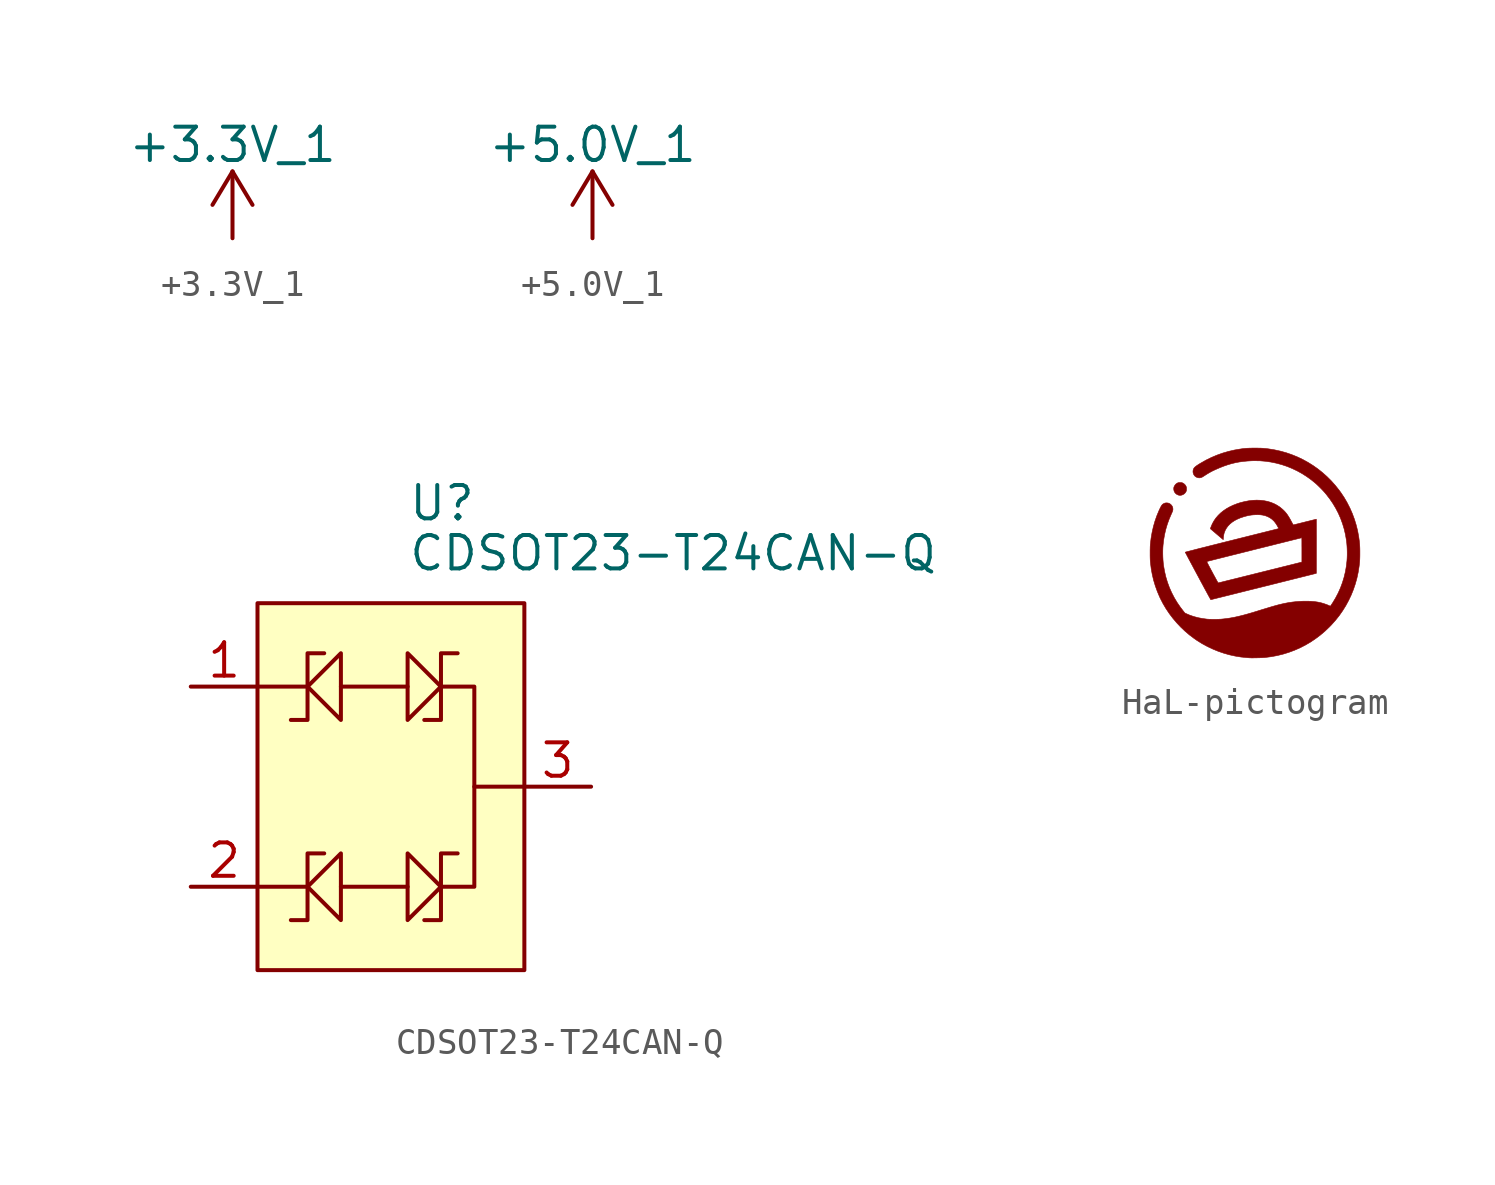
<source format=kicad_sym>
(kicad_symbol_lib
  (version 20220914)
  (generator kicad_symbol_editor)
  (symbol "+3.3V_1"
    (power)
    (pin_names
      (offset 0))
    (property "Reference" "#PWR"
      (at 0 -3.81 0)
      (effects (font (size 1.27 1.27)) hide))
    (property "Value" "+3.3V_1"
      (at 0 3.556 0)
      (effects (font (size 1.27 1.27))))
    (symbol "+3.3V_1_0_1"
      (polyline (pts (xy -0.762 1.27) (xy 0 2.54)) (stroke (width 0) (type default)) (fill (type none)))
      (polyline (pts (xy 0 0) (xy 0 2.54)) (stroke (width 0) (type default)) (fill (type none)))
      (polyline (pts (xy 0 2.54) (xy 0.762 1.27)) (stroke (width 0) (type default)) (fill (type none))))
    (symbol "+3.3V_1_1_1"
      (pin power_in line (at 0 0 90) (length 0) hide (name "+3.3V_1" (effects (font (size 1.27 1.27)))) (number "1" (effects (font (size 1.27 1.27)))))))
  (symbol "+5.0V_1"
    (power)
    (pin_names
      (offset 0))
    (property "Reference" "#PWR"
      (at 0 -3.81 0)
      (effects (font (size 1.27 1.27)) hide))
    (property "Value" "+5.0V_1"
      (at 0 3.556 0)
      (effects (font (size 1.27 1.27))))
    (symbol "+5.0V_1_0_1"
      (polyline (pts (xy -0.762 1.27) (xy 0 2.54)) (stroke (width 0) (type default)) (fill (type none)))
      (polyline (pts (xy 0 0) (xy 0 2.54)) (stroke (width 0) (type default)) (fill (type none)))
      (polyline (pts (xy 0 2.54) (xy 0.762 1.27)) (stroke (width 0) (type default)) (fill (type none))))
    (symbol "+5.0V_1_1_1"
      (pin power_in line (at 0 0 90) (length 0) hide (name "+5.0V_1" (effects (font (size 1.27 1.27)))) (number "1" (effects (font (size 1.27 1.27)))))))
  (symbol "CDSOT23-T24CAN-Q"
    (pin_names
      (offset 1.016))
    (property "Reference" "U"
      (at 0.635 10.795 0)
      (effects (font (size 1.27 1.27)) (justify left)))
    (property "Value" "CDSOT23-T24CAN-Q"
      (at 0.635 8.89 0)
      (effects (font (size 1.27 1.27)) (justify left)))
    (symbol "CDSOT23-T24CAN-Q_0_1"
      (rectangle (start -5.08 6.985) (end 5.08 -6.985) (stroke (width 0) (type solid)) (fill (type background)))
      (polyline (pts (xy -3.175 -3.81) (xy -5.08 -3.81)) (stroke (width 0) (type solid)) (fill (type none)))
      (polyline (pts (xy -3.175 3.81) (xy -5.08 3.81)) (stroke (width 0) (type solid)) (fill (type none)))
      (polyline (pts (xy -1.905 -3.81) (xy 0.635 -3.81)) (stroke (width 0) (type solid)) (fill (type none)))
      (polyline (pts (xy -1.905 3.81) (xy 0.635 3.81)) (stroke (width 0) (type solid)) (fill (type none)))
      (polyline (pts (xy 1.905 -3.81) (xy 3.175 -3.81) (xy 3.175 0)) (stroke (width 0) (type solid)) (fill (type none)))
      (polyline (pts (xy -2.54 -2.54) (xy -3.175 -2.54) (xy -3.175 -5.08) (xy -3.81 -5.08)) (stroke (width 0) (type solid)) (fill (type none)))
      (polyline (pts (xy -1.905 -2.54) (xy -3.175 -3.81) (xy -1.905 -5.08) (xy -1.905 -2.54)) (stroke (width 0) (type solid)) (fill (type none)))
      (polyline (pts (xy 1.905 3.81) (xy 3.175 3.81) (xy 3.175 0) (xy 5.08 0)) (stroke (width 0) (type solid)) (fill (type none))))
    (symbol "CDSOT23-T24CAN-Q_1_1"
      (polyline (pts (xy -2.54 5.08) (xy -3.175 5.08) (xy -3.175 2.54) (xy -3.81 2.54)) (stroke (width 0) (type solid)) (fill (type none)))
      (polyline (pts (xy -1.905 5.08) (xy -3.175 3.81) (xy -1.905 2.54) (xy -1.905 5.08)) (stroke (width 0) (type solid)) (fill (type none)))
      (polyline (pts (xy 0.635 -5.08) (xy 1.905 -3.81) (xy 0.635 -2.54) (xy 0.635 -5.08)) (stroke (width 0) (type solid)) (fill (type none)))
      (polyline (pts (xy 0.635 2.54) (xy 1.905 3.81) (xy 0.635 5.08) (xy 0.635 2.54)) (stroke (width 0) (type solid)) (fill (type none)))
      (polyline (pts (xy 1.27 -5.08) (xy 1.905 -5.08) (xy 1.905 -2.54) (xy 2.54 -2.54)) (stroke (width 0) (type solid)) (fill (type none)))
      (polyline (pts (xy 1.27 2.54) (xy 1.905 2.54) (xy 1.905 5.08) (xy 2.54 5.08)) (stroke (width 0) (type solid)) (fill (type none)))
      (pin input line (at -7.62 3.81 0) (length 2.54) (name "~" (effects (font (size 1.27 1.27)))) (number "1" (effects (font (size 1.27 1.27)))))
      (pin input line (at -7.62 -3.81 0) (length 2.54) (name "~" (effects (font (size 1.27 1.27)))) (number "2" (effects (font (size 1.27 1.27)))))
      (pin output line (at 7.62 0 180) (length 2.54) (name "~" (effects (font (size 1.27 1.27)))) (number "3" (effects (font (size 1.27 1.27)))))))
  (symbol "HaL-pictogram"
    (pin_names
      (offset 1.016))
    (property "Reference" "#G"
      (at 0 3.365 0)
      (effects (font (size 1.27 1.27)) hide))
    (symbol "HaL-pictogram_0_0"
      (polyline (pts (xy -2.787 2.206) (xy -2.738 2.226) (xy -2.693 2.256) (xy -2.656 2.294) (xy -2.627 2.34) (xy -2.625 2.345) (xy -2.617 2.365) (xy -2.613 2.384) (xy -2.611 2.408) (xy -2.61 2.44) (xy -2.61 2.453) (xy -2.611 2.482) (xy -2.614 2.503) (xy -2.62 2.522) (xy -2.629 2.544) (xy -2.634 2.553) (xy -2.664 2.598) (xy -2.704 2.636) (xy -2.75 2.665) (xy -2.759 2.669) (xy -2.779 2.676) (xy -2.798 2.681) (xy -2.821 2.683) (xy -2.853 2.683) (xy -2.862 2.683) (xy -2.892 2.683) (xy -2.914 2.68) (xy -2.933 2.675) (xy -2.953 2.666) (xy -2.964 2.661) (xy -3.009 2.63) (xy -3.046 2.589) (xy -3.075 2.542) (xy -3.085 2.518) (xy -3.092 2.497) (xy -3.095 2.474) (xy -3.096 2.443) (xy -3.094 2.412) (xy -3.084 2.362) (xy -3.064 2.318) (xy -3.033 2.277) (xy -2.999 2.246) (xy -2.951 2.218) (xy -2.9 2.2) (xy -2.892 2.199) (xy -2.839 2.196) (xy -2.787 2.206)) (stroke (width 0.01) (type default)) (fill (type outline)))
      (polyline (pts (xy -1.682 -1.779) (xy -1.67 -1.776) (xy -1.645 -1.77) (xy -1.608 -1.761) (xy -1.56 -1.749) (xy -1.502 -1.735) (xy -1.433 -1.717) (xy -1.354 -1.698) (xy -1.266 -1.676) (xy -1.17 -1.652) (xy -1.065 -1.626) (xy -0.952 -1.598) (xy -0.832 -1.568) (xy -0.705 -1.536) (xy -0.572 -1.503) (xy -0.434 -1.468) (xy -0.289 -1.432) (xy -0.141 -1.395) (xy 0.013 -1.357) (xy 0.17 -1.318) (xy 0.33 -1.278) (xy 2.337 -0.776) (xy 2.338 0.255) (xy 2.338 0.308) (xy 2.338 0.423) (xy 2.339 0.533) (xy 2.339 0.639) (xy 2.338 0.74) (xy 2.338 0.834) (xy 2.338 0.921) (xy 2.338 1.001) (xy 2.338 1.073) (xy 2.337 1.135) (xy 2.337 1.188) (xy 2.337 1.23) (xy 2.336 1.261) (xy 2.336 1.28) (xy 2.335 1.286) (xy 2.333 1.286) (xy 2.319 1.283) (xy 2.294 1.277) (xy 2.259 1.268) (xy 2.215 1.257) (xy 2.162 1.244) (xy 2.103 1.229) (xy 2.038 1.213) (xy 1.967 1.196) (xy 1.893 1.177) (xy 1.853 1.167) (xy 1.781 1.149) (xy 1.714 1.132) (xy 1.652 1.117) (xy 1.596 1.103) (xy 1.549 1.091) (xy 1.51 1.082) (xy 1.481 1.075) (xy 1.463 1.07) (xy 1.456 1.069) (xy 1.455 1.072) (xy 1.448 1.085) (xy 1.436 1.106) (xy 1.42 1.136) (xy 1.401 1.171) (xy 1.38 1.21) (xy 1.35 1.266) (xy 1.309 1.338) (xy 1.27 1.401) (xy 1.234 1.457) (xy 1.197 1.507) (xy 1.159 1.553) (xy 1.119 1.597) (xy 1.075 1.64) (xy 1.046 1.667) (xy 0.947 1.749) (xy 0.839 1.819) (xy 0.725 1.879) (xy 0.604 1.928) (xy 0.476 1.966) (xy 0.343 1.992) (xy 0.204 2.008) (xy 0.061 2.013) (xy -0.088 2.006) (xy -0.24 1.988) (xy -0.397 1.958) (xy -0.557 1.918) (xy -0.679 1.879) (xy -0.824 1.823) (xy -0.96 1.759) (xy -1.087 1.688) (xy -1.203 1.609) (xy -1.31 1.523) (xy -1.405 1.43) (xy -1.49 1.331) (xy -1.563 1.225) (xy -1.626 1.112) (xy -1.676 0.994) (xy -1.684 0.972) (xy -1.692 0.948) (xy -1.696 0.932) (xy -1.696 0.922) (xy -1.692 0.917) (xy -1.687 0.912) (xy -1.672 0.899) (xy -1.649 0.879) (xy -1.618 0.853) (xy -1.582 0.822) (xy -1.54 0.787) (xy -1.495 0.748) (xy -1.447 0.707) (xy -1.21 0.506) (xy -1.208 0.538) (xy -1.208 0.544) (xy -1.204 0.599) (xy -1.196 0.655) (xy -1.187 0.708) (xy -1.176 0.753) (xy -1.169 0.775) (xy -1.133 0.866) (xy -1.084 0.952) (xy -1.024 1.032) (xy -0.952 1.106) (xy -0.869 1.174) (xy -0.774 1.236) (xy -0.668 1.291) (xy -0.551 1.34) (xy -0.423 1.382) (xy -0.363 1.399) (xy -0.279 1.42) (xy -0.201 1.436) (xy -0.125 1.447) (xy -0.045 1.454) (xy 0.04 1.458) (xy 0.111 1.459) (xy 0.2 1.455) (xy 0.281 1.445) (xy 0.356 1.429) (xy 0.427 1.407) (xy 0.497 1.377) (xy 0.544 1.353) (xy 0.597 1.321) (xy 0.647 1.284) (xy 0.699 1.237) (xy 0.726 1.21) (xy 0.775 1.149) (xy 0.824 1.077) (xy 0.872 0.993) (xy 0.906 0.929) (xy -0.877 0.483) (xy -0.96 0.462) (xy -1.145 0.416) (xy -1.321 0.372) (xy -1.487 0.33) (xy -1.643 0.291) (xy -1.788 0.254) (xy -1.923 0.22) (xy -2.047 0.189) (xy -2.161 0.16) (xy -2.263 0.134) (xy -2.354 0.11) (xy -2.434 0.09) (xy -2.502 0.072) (xy -2.558 0.058) (xy -2.602 0.046) (xy -2.633 0.037) (xy -2.652 0.032) (xy -2.659 0.029) (xy -2.658 0.028) (xy -2.652 0.017) (xy -2.641 -0.004) (xy -2.624 -0.036) (xy -2.602 -0.078) (xy -2.575 -0.129) (xy -2.544 -0.187) (xy -2.509 -0.254) (xy -2.469 -0.327) (xy -2.469 -0.328) (xy -1.835 -0.328) (xy -1.834 -0.325) (xy -1.829 -0.324) (xy -1.812 -0.319) (xy -1.783 -0.312) (xy -1.743 -0.302) (xy -1.692 -0.289) (xy -1.632 -0.274) (xy -1.562 -0.256) (xy -1.484 -0.236) (xy -1.397 -0.215) (xy -1.304 -0.191) (xy -1.204 -0.166) (xy -1.097 -0.139) (xy -0.985 -0.111) (xy -0.869 -0.082) (xy -0.748 -0.052) (xy -0.623 -0.021) (xy -0.496 0.011) (xy -0.366 0.044) (xy -0.235 0.076) (xy -0.103 0.11) (xy 0.029 0.143) (xy 0.162 0.176) (xy 0.293 0.209) (xy 0.423 0.241) (xy 0.551 0.273) (xy 0.676 0.304) (xy 0.797 0.335) (xy 0.915 0.364) (xy 1.027 0.392) (xy 1.135 0.419) (xy 1.236 0.444) (xy 1.331 0.468) (xy 1.419 0.49) (xy 1.498 0.51) (xy 1.57 0.527) (xy 1.632 0.543) (xy 1.684 0.556) (xy 1.726 0.566) (xy 1.757 0.574) (xy 1.776 0.579) (xy 1.783 0.58) (xy 1.784 0.577) (xy 1.784 0.562) (xy 1.785 0.535) (xy 1.785 0.498) (xy 1.786 0.452) (xy 1.786 0.398) (xy 1.786 0.336) (xy 1.786 0.267) (xy 1.787 0.194) (xy 1.787 0.117) (xy 1.787 -0.346) (xy 1.762 -0.353) (xy 1.762 -0.353) (xy 1.752 -0.355) (xy 1.731 -0.361) (xy 1.697 -0.369) (xy 1.653 -0.38) (xy 1.598 -0.394) (xy 1.532 -0.41) (xy 1.458 -0.429) (xy 1.374 -0.45) (xy 1.282 -0.473) (xy 1.182 -0.498) (xy 1.075 -0.524) (xy 0.961 -0.553) (xy 0.841 -0.583) (xy 0.716 -0.614) (xy 0.586 -0.646) (xy 0.451 -0.68) (xy 0.313 -0.714) (xy 0.171 -0.75) (xy 0.161 -0.752) (xy 0.02 -0.787) (xy -0.118 -0.822) (xy -0.252 -0.855) (xy -0.381 -0.887) (xy -0.505 -0.918) (xy -0.624 -0.948) (xy -0.737 -0.976) (xy -0.842 -1.002) (xy -0.94 -1.026) (xy -1.031 -1.048) (xy -1.113 -1.069) (xy -1.186 -1.087) (xy -1.249 -1.103) (xy -1.302 -1.116) (xy -1.345 -1.126) (xy -1.376 -1.134) (xy -1.395 -1.138) (xy -1.403 -1.14) (xy -1.405 -1.138) (xy -1.413 -1.125) (xy -1.426 -1.102) (xy -1.444 -1.07) (xy -1.467 -1.029) (xy -1.494 -0.981) (xy -1.523 -0.927) (xy -1.556 -0.867) (xy -1.591 -0.803) (xy -1.627 -0.735) (xy -1.646 -0.699) (xy -1.687 -0.623) (xy -1.722 -0.557) (xy -1.751 -0.502) (xy -1.776 -0.455) (xy -1.795 -0.417) (xy -1.81 -0.387) (xy -1.822 -0.363) (xy -1.829 -0.346) (xy -1.833 -0.335) (xy -1.835 -0.328) (xy -2.469 -0.328) (xy -2.427 -0.407) (xy -2.381 -0.492) (xy -2.333 -0.583) (xy -2.282 -0.678) (xy -2.229 -0.777) (xy -2.174 -0.879) (xy -2.153 -0.918) (xy -2.099 -1.019) (xy -2.047 -1.116) (xy -1.996 -1.21) (xy -1.949 -1.298) (xy -1.904 -1.381) (xy -1.862 -1.458) (xy -1.824 -1.528) (xy -1.79 -1.591) (xy -1.76 -1.646) (xy -1.734 -1.692) (xy -1.713 -1.73) (xy -1.698 -1.757) (xy -1.688 -1.774) (xy -1.684 -1.78) (xy -1.682 -1.779)) (stroke (width 0.01) (type default)) (fill (type outline)))
      (polyline (pts (xy -0.084 -3.998) (xy -0.033 -3.997) (xy 0.023 -3.997) (xy 0.081 -3.995) (xy 0.139 -3.994) (xy 0.196 -3.992) (xy 0.249 -3.99) (xy 0.295 -3.988) (xy 0.334 -3.986) (xy 0.363 -3.984) (xy 0.391 -3.981) (xy 0.623 -3.951) (xy 0.852 -3.908) (xy 1.075 -3.853) (xy 1.294 -3.785) (xy 1.508 -3.705) (xy 1.716 -3.614) (xy 1.918 -3.51) (xy 2.115 -3.395) (xy 2.304 -3.268) (xy 2.488 -3.13) (xy 2.664 -2.981) (xy 2.833 -2.82) (xy 2.912 -2.739) (xy 3.065 -2.567) (xy 3.208 -2.388) (xy 3.339 -2.201) (xy 3.459 -2.008) (xy 3.567 -1.809) (xy 3.664 -1.605) (xy 3.749 -1.395) (xy 3.822 -1.18) (xy 3.883 -0.962) (xy 3.931 -0.739) (xy 3.966 -0.514) (xy 3.967 -0.506) (xy 3.975 -0.439) (xy 3.982 -0.379) (xy 3.987 -0.322) (xy 3.991 -0.267) (xy 3.993 -0.21) (xy 3.995 -0.149) (xy 3.996 -0.08) (xy 3.996 0) (xy 3.996 0.009) (xy 3.996 0.088) (xy 3.995 0.156) (xy 3.993 0.217) (xy 3.99 0.273) (xy 3.987 0.328) (xy 3.981 0.385) (xy 3.975 0.446) (xy 3.966 0.514) (xy 3.95 0.628) (xy 3.909 0.851) (xy 3.854 1.071) (xy 3.787 1.288) (xy 3.708 1.501) (xy 3.617 1.709) (xy 3.514 1.911) (xy 3.4 2.108) (xy 3.274 2.297) (xy 3.198 2.401) (xy 3.054 2.581) (xy 2.901 2.752) (xy 2.739 2.913) (xy 2.569 3.064) (xy 2.392 3.205) (xy 2.207 3.335) (xy 2.016 3.454) (xy 1.818 3.563) (xy 1.614 3.66) (xy 1.404 3.745) (xy 1.19 3.819) (xy 0.971 3.88) (xy 0.747 3.929) (xy 0.52 3.966) (xy 0.502 3.968) (xy 0.438 3.976) (xy 0.38 3.982) (xy 0.324 3.987) (xy 0.268 3.991) (xy 0.209 3.994) (xy 0.145 3.995) (xy 0.073 3.996) (xy -0.01 3.996) (xy -0.026 3.996) (xy -0.11 3.996) (xy -0.183 3.994) (xy -0.249 3.992) (xy -0.31 3.989) (xy -0.37 3.984) (xy -0.432 3.978) (xy -0.497 3.97) (xy -0.569 3.959) (xy -0.788 3.922) (xy -1.011 3.87) (xy -1.231 3.806) (xy -1.447 3.729) (xy -1.658 3.64) (xy -1.864 3.539) (xy -2.063 3.426) (xy -2.124 3.39) (xy -2.18 3.354) (xy -2.226 3.323) (xy -2.263 3.295) (xy -2.293 3.269) (xy -2.316 3.244) (xy -2.333 3.22) (xy -2.345 3.195) (xy -2.354 3.168) (xy -2.36 3.138) (xy -2.363 3.107) (xy -2.358 3.052) (xy -2.34 2.999) (xy -2.309 2.949) (xy -2.282 2.921) (xy -2.244 2.895) (xy -2.2 2.875) (xy -2.154 2.864) (xy -2.11 2.862) (xy -2.084 2.866) (xy -2.058 2.872) (xy -2.032 2.881) (xy -2.003 2.895) (xy -1.969 2.916) (xy -1.927 2.943) (xy -1.899 2.961) (xy -1.814 3.015) (xy -1.732 3.063) (xy -1.651 3.108) (xy -1.565 3.15) (xy -1.47 3.193) (xy -1.338 3.25) (xy -1.185 3.31) (xy -1.036 3.361) (xy -0.89 3.404) (xy -0.745 3.439) (xy -0.598 3.467) (xy -0.447 3.488) (xy -0.289 3.503) (xy -0.123 3.513) (xy -0.014 3.515) (xy 0.197 3.511) (xy 0.407 3.493) (xy 0.615 3.462) (xy 0.821 3.419) (xy 1.024 3.364) (xy 1.224 3.297) (xy 1.419 3.217) (xy 1.609 3.126) (xy 1.794 3.024) (xy 1.973 2.91) (xy 2.145 2.786) (xy 2.31 2.651) (xy 2.321 2.642) (xy 2.365 2.601) (xy 2.414 2.554) (xy 2.466 2.503) (xy 2.519 2.45) (xy 2.569 2.398) (xy 2.615 2.349) (xy 2.652 2.307) (xy 2.709 2.24) (xy 2.843 2.067) (xy 2.966 1.888) (xy 3.076 1.704) (xy 3.175 1.514) (xy 3.261 1.318) (xy 3.335 1.117) (xy 3.397 0.911) (xy 3.446 0.7) (xy 3.483 0.483) (xy 3.484 0.475) (xy 3.496 0.375) (xy 3.505 0.265) (xy 3.511 0.15) (xy 3.514 0.033) (xy 3.514 -0.082) (xy 3.51 -0.192) (xy 3.504 -0.293) (xy 3.48 -0.503) (xy 3.443 -0.717) (xy 3.393 -0.925) (xy 3.331 -1.129) (xy 3.257 -1.328) (xy 3.17 -1.523) (xy 3.07 -1.714) (xy 2.958 -1.901) (xy 2.947 -1.917) (xy 2.926 -1.948) (xy 2.908 -1.976) (xy 2.894 -1.997) (xy 2.885 -2.009) (xy 2.87 -2.027) (xy 2.807 -1.998) (xy 2.803 -1.996) (xy 2.763 -1.979) (xy 2.714 -1.96) (xy 2.659 -1.941) (xy 2.604 -1.923) (xy 2.551 -1.907) (xy 2.503 -1.894) (xy 2.498 -1.893) (xy 2.388 -1.87) (xy 2.268 -1.853) (xy 2.139 -1.842) (xy 2.003 -1.837) (xy 1.861 -1.837) (xy 1.716 -1.843) (xy 1.567 -1.854) (xy 1.418 -1.871) (xy 1.27 -1.893) (xy 1.123 -1.921) (xy 1.104 -1.925) (xy 1.052 -1.937) (xy 0.999 -1.949) (xy 0.946 -1.962) (xy 0.89 -1.976) (xy 0.831 -1.991) (xy 0.768 -2.009) (xy 0.7 -2.028) (xy 0.625 -2.05) (xy 0.543 -2.074) (xy 0.453 -2.102) (xy 0.353 -2.132) (xy 0.242 -2.166) (xy 0.12 -2.204) (xy -0.007 -2.243) (xy -0.157 -2.288) (xy -0.296 -2.328) (xy -0.427 -2.364) (xy -0.549 -2.395) (xy -0.666 -2.423) (xy -0.776 -2.447) (xy -0.883 -2.467) (xy -0.986 -2.485) (xy -1.088 -2.499) (xy -1.189 -2.511) (xy -1.29 -2.521) (xy -1.32 -2.523) (xy -1.371 -2.525) (xy -1.429 -2.527) (xy -1.491 -2.528) (xy -1.556 -2.528) (xy -1.621 -2.528) (xy -1.682 -2.527) (xy -1.738 -2.526) (xy -1.786 -2.523) (xy -1.823 -2.521) (xy -1.996 -2.498) (xy -2.164 -2.466) (xy -2.324 -2.424) (xy -2.474 -2.374) (xy -2.615 -2.314) (xy -2.673 -2.286) (xy -2.748 -2.191) (xy -2.843 -2.067) (xy -2.966 -1.888) (xy -3.076 -1.704) (xy -3.175 -1.513) (xy -3.261 -1.318) (xy -3.335 -1.117) (xy -3.397 -0.911) (xy -3.446 -0.699) (xy -3.483 -0.483) (xy -3.484 -0.479) (xy -3.496 -0.378) (xy -3.505 -0.267) (xy -3.511 -0.15) (xy -3.514 -0.032) (xy -3.514 0.084) (xy -3.51 0.195) (xy -3.503 0.297) (xy -3.482 0.483) (xy -3.447 0.691) (xy -3.4 0.895) (xy -3.341 1.095) (xy -3.269 1.294) (xy -3.184 1.492) (xy -3.17 1.522) (xy -3.153 1.562) (xy -3.14 1.594) (xy -3.133 1.621) (xy -3.128 1.645) (xy -3.127 1.668) (xy -3.129 1.693) (xy -3.131 1.715) (xy -3.144 1.76) (xy -3.167 1.801) (xy -3.201 1.841) (xy -3.214 1.853) (xy -3.256 1.883) (xy -3.302 1.901) (xy -3.355 1.908) (xy -3.368 1.908) (xy -3.406 1.906) (xy -3.44 1.898) (xy -3.475 1.883) (xy -3.495 1.871) (xy -3.516 1.857) (xy -3.534 1.839) (xy -3.553 1.817) (xy -3.571 1.789) (xy -3.591 1.753) (xy -3.614 1.708) (xy -3.641 1.651) (xy -3.657 1.617) (xy -3.74 1.418) (xy -3.812 1.213) (xy -3.873 1) (xy -3.922 0.781) (xy -3.961 0.554) (xy -3.988 0.32) (xy -3.99 0.285) (xy -3.993 0.235) (xy -3.994 0.176) (xy -3.996 0.111) (xy -3.996 0.041) (xy -3.996 -0.029) (xy -3.996 -0.099) (xy -3.995 -0.166) (xy -3.993 -0.226) (xy -3.991 -0.278) (xy -3.988 -0.32) (xy -3.983 -0.371) (xy -3.955 -0.599) (xy -3.915 -0.82) (xy -3.864 -1.037) (xy -3.8 -1.249) (xy -3.725 -1.459) (xy -3.637 -1.667) (xy -3.605 -1.736) (xy -3.504 -1.931) (xy -3.391 -2.122) (xy -3.267 -2.307) (xy -3.132 -2.485) (xy -2.987 -2.657) (xy -2.833 -2.821) (xy -2.67 -2.976) (xy -2.499 -3.122) (xy -2.32 -3.257) (xy -2.2 -3.34) (xy -2.01 -3.458) (xy -1.812 -3.565) (xy -1.609 -3.661) (xy -1.402 -3.746) (xy -1.19 -3.819) (xy -0.975 -3.88) (xy -0.758 -3.928) (xy -0.539 -3.964) (xy -0.32 -3.986) (xy -0.31 -3.987) (xy -0.273 -3.99) (xy -0.239 -3.993) (xy -0.211 -3.995) (xy -0.193 -3.996) (xy -0.189 -3.996) (xy -0.164 -3.997) (xy -0.128 -3.998) (xy -0.084 -3.998)) (stroke (width 0.01) (type default)) (fill (type outline))))))
</source>
